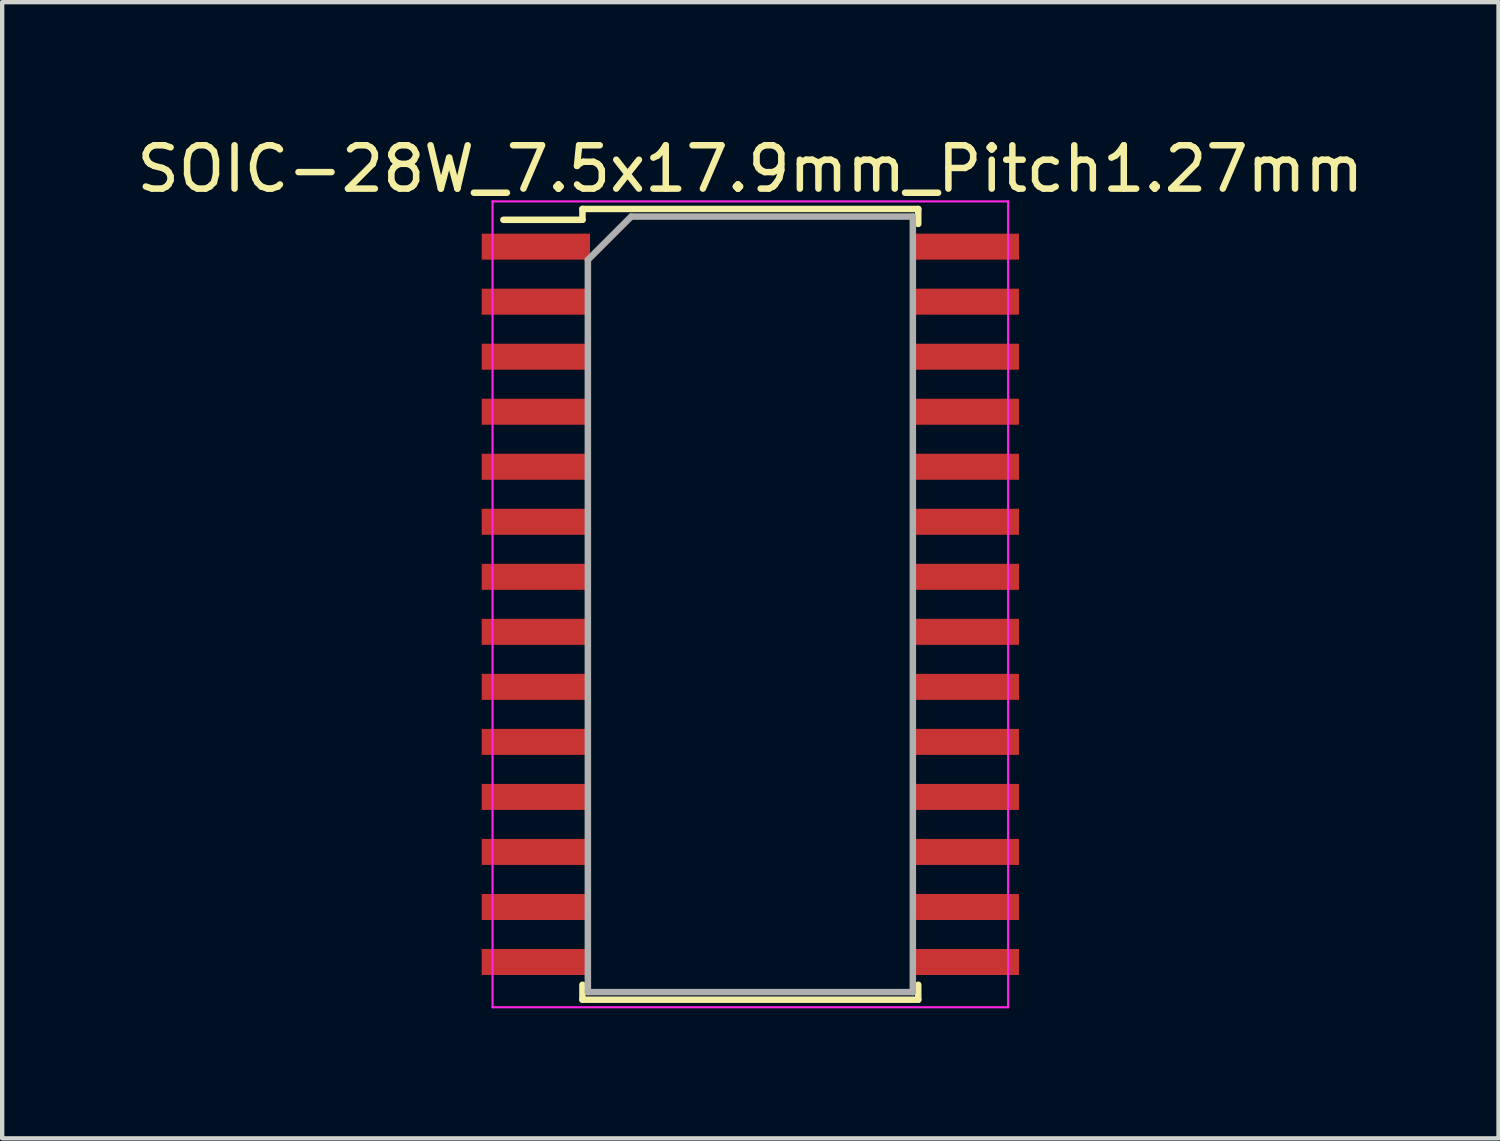
<source format=kicad_pcb>
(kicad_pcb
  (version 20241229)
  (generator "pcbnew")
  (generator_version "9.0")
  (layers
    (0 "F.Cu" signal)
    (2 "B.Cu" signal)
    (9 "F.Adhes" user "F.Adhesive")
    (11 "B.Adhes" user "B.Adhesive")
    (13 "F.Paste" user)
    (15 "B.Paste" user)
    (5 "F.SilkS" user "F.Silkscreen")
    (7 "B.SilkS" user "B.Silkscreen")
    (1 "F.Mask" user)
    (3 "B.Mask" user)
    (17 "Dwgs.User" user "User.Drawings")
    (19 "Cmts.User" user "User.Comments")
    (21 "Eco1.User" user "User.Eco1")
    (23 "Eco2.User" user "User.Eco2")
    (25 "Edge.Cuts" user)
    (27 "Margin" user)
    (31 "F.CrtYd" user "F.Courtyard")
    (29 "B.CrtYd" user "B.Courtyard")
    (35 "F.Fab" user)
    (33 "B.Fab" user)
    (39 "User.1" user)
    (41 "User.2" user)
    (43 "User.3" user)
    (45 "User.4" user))
  (footprint "SOIC-28W_7.5x17.9mm_Pitch1.27mm"
    (layer "F.Cu")
    (at 14.268 10.898)
    (property "Reference" "SOIC-28W_7.5x17.9mm_Pitch1.27mm" (at 0 -10.05 0) (layer "F.SilkS") (effects (font (size 1 1) (thickness 0.15))))
    (attr smd)
    (fp_line (start -3.875 -9.125) (end -3.875 -8.875) (stroke (width 0.15) (type solid)) (layer "F.SilkS"))
    (fp_line (start -3.875 -9.125) (end 3.875 -9.125) (stroke (width 0.15) (type solid)) (layer "F.SilkS"))
    (fp_line (start -3.875 -8.875) (end -5.7 -8.875) (stroke (width 0.15) (type solid)) (layer "F.SilkS"))
    (fp_line (start -3.875 9.125) (end -3.875 8.78) (stroke (width 0.15) (type solid)) (layer "F.SilkS"))
    (fp_line (start -3.875 9.125) (end 3.875 9.125) (stroke (width 0.15) (type solid)) (layer "F.SilkS"))
    (fp_line (start 3.875 -9.125) (end 3.875 -8.78) (stroke (width 0.15) (type solid)) (layer "F.SilkS"))
    (fp_line (start 3.875 9.125) (end 3.875 8.78) (stroke (width 0.15) (type solid)) (layer "F.SilkS"))
    (fp_line (start -5.95 -9.3) (end -5.95 9.3) (stroke (width 0.05) (type solid)) (layer "F.CrtYd"))
    (fp_line (start -5.95 -9.3) (end 5.95 -9.3) (stroke (width 0.05) (type solid)) (layer "F.CrtYd"))
    (fp_line (start -5.95 9.3) (end 5.95 9.3) (stroke (width 0.05) (type solid)) (layer "F.CrtYd"))
    (fp_line (start 5.95 -9.3) (end 5.95 9.3) (stroke (width 0.05) (type solid)) (layer "F.CrtYd"))
    (fp_line (start -3.75 -7.95) (end -2.75 -8.95) (stroke (width 0.15) (type solid)) (layer "F.Fab"))
    (fp_line (start -3.75 8.95) (end -3.75 -7.95) (stroke (width 0.15) (type solid)) (layer "F.Fab"))
    (fp_line (start -2.75 -8.95) (end 3.75 -8.95) (stroke (width 0.15) (type solid)) (layer "F.Fab"))
    (fp_line (start 3.75 -8.95) (end 3.75 8.95) (stroke (width 0.15) (type solid)) (layer "F.Fab"))
    (fp_line (start 3.75 8.95) (end -3.75 8.95) (stroke (width 0.15) (type solid)) (layer "F.Fab"))
    (pad "1" smd rect (at -4.95 -8.255) (size 2.5 0.6) (layers "F.Cu" "F.Mask" "F.Paste"))
    (pad "2" smd rect (at -4.95 -6.985) (size 2.5 0.6) (layers "F.Cu" "F.Mask" "F.Paste"))
    (pad "3" smd rect (at -4.95 -5.715) (size 2.5 0.6) (layers "F.Cu" "F.Mask" "F.Paste"))
    (pad "4" smd rect (at -4.95 -4.445) (size 2.5 0.6) (layers "F.Cu" "F.Mask" "F.Paste"))
    (pad "5" smd rect (at -4.95 -3.175) (size 2.5 0.6) (layers "F.Cu" "F.Mask" "F.Paste"))
    (pad "6" smd rect (at -4.95 -1.905) (size 2.5 0.6) (layers "F.Cu" "F.Mask" "F.Paste"))
    (pad "7" smd rect (at -4.95 -0.635) (size 2.5 0.6) (layers "F.Cu" "F.Mask" "F.Paste"))
    (pad "8" smd rect (at -4.95 0.635) (size 2.5 0.6) (layers "F.Cu" "F.Mask" "F.Paste"))
    (pad "9" smd rect (at -4.95 1.905) (size 2.5 0.6) (layers "F.Cu" "F.Mask" "F.Paste"))
    (pad "10" smd rect (at -4.95 3.175) (size 2.5 0.6) (layers "F.Cu" "F.Mask" "F.Paste"))
    (pad "11" smd rect (at -4.95 4.445) (size 2.5 0.6) (layers "F.Cu" "F.Mask" "F.Paste"))
    (pad "12" smd rect (at -4.95 5.715) (size 2.5 0.6) (layers "F.Cu" "F.Mask" "F.Paste"))
    (pad "13" smd rect (at -4.95 6.985) (size 2.5 0.6) (layers "F.Cu" "F.Mask" "F.Paste"))
    (pad "14" smd rect (at -4.95 8.255) (size 2.5 0.6) (layers "F.Cu" "F.Mask" "F.Paste"))
    (pad "15" smd rect (at 4.95 8.255) (size 2.5 0.6) (layers "F.Cu" "F.Mask" "F.Paste"))
    (pad "16" smd rect (at 4.95 6.985) (size 2.5 0.6) (layers "F.Cu" "F.Mask" "F.Paste"))
    (pad "17" smd rect (at 4.95 5.715) (size 2.5 0.6) (layers "F.Cu" "F.Mask" "F.Paste"))
    (pad "18" smd rect (at 4.95 4.445) (size 2.5 0.6) (layers "F.Cu" "F.Mask" "F.Paste"))
    (pad "19" smd rect (at 4.95 3.175) (size 2.5 0.6) (layers "F.Cu" "F.Mask" "F.Paste"))
    (pad "20" smd rect (at 4.95 1.905) (size 2.5 0.6) (layers "F.Cu" "F.Mask" "F.Paste"))
    (pad "21" smd rect (at 4.95 0.635) (size 2.5 0.6) (layers "F.Cu" "F.Mask" "F.Paste"))
    (pad "22" smd rect (at 4.95 -0.635) (size 2.5 0.6) (layers "F.Cu" "F.Mask" "F.Paste"))
    (pad "23" smd rect (at 4.95 -1.905) (size 2.5 0.6) (layers "F.Cu" "F.Mask" "F.Paste"))
    (pad "24" smd rect (at 4.95 -3.175) (size 2.5 0.6) (layers "F.Cu" "F.Mask" "F.Paste"))
    (pad "25" smd rect (at 4.95 -4.445) (size 2.5 0.6) (layers "F.Cu" "F.Mask" "F.Paste"))
    (pad "26" smd rect (at 4.95 -5.715) (size 2.5 0.6) (layers "F.Cu" "F.Mask" "F.Paste"))
    (pad "27" smd rect (at 4.95 -6.985) (size 2.5 0.6) (layers "F.Cu" "F.Mask" "F.Paste"))
    (pad "28" smd rect (at 4.95 -8.255) (size 2.5 0.6) (layers "F.Cu" "F.Mask" "F.Paste")))
  (gr_rect
    (start -3 -3)
    (end 31.536 23.223)
    (stroke (width 0.1) (type default))
    (fill no)
    (layer "Edge.Cuts")))
</source>
